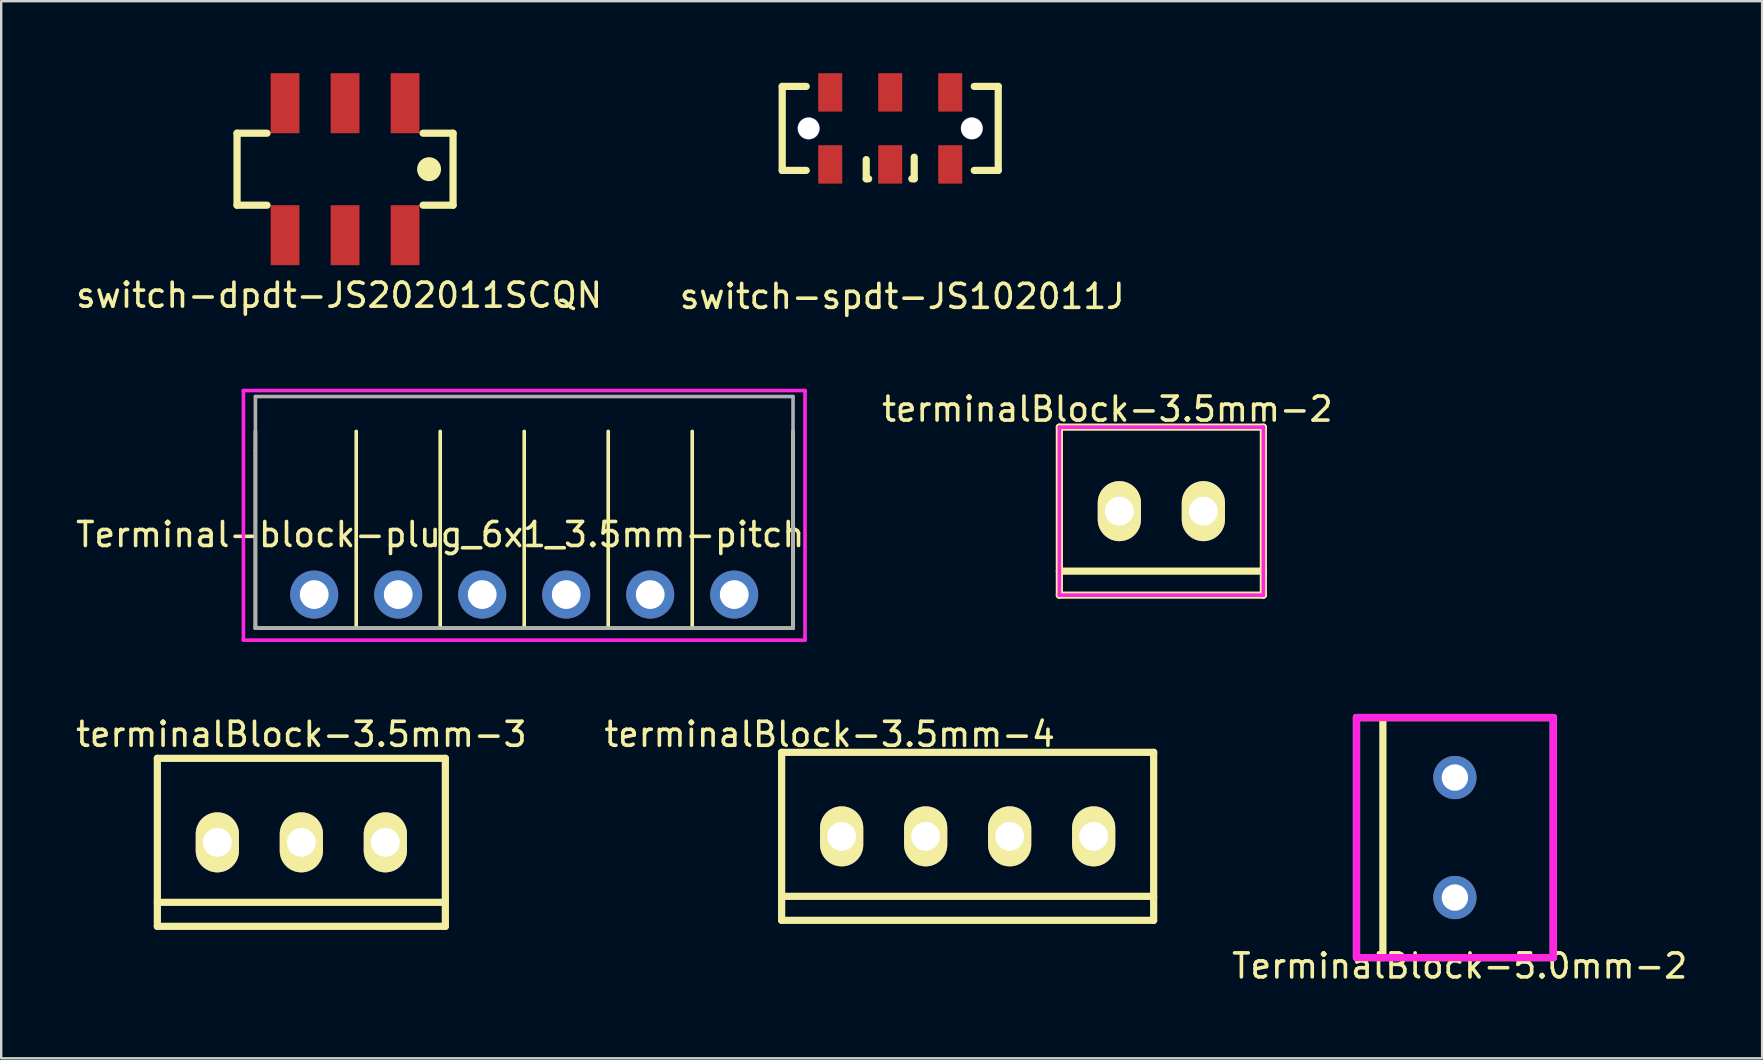
<source format=kicad_pcb>
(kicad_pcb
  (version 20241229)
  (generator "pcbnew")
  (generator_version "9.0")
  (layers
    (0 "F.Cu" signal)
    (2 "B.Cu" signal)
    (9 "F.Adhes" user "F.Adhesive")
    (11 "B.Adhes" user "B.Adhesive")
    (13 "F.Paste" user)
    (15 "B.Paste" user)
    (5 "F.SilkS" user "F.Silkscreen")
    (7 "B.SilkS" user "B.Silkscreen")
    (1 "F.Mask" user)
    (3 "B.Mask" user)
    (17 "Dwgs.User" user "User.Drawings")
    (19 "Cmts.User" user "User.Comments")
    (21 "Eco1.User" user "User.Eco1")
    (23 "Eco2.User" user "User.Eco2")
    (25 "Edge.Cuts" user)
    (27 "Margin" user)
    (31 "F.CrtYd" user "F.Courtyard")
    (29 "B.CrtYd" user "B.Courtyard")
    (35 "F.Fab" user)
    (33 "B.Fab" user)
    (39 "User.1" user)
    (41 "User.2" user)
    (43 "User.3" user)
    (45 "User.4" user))
  (footprint "TerminalBlock-5.0mm-2"
    (layer "F.Cu")
    (at 57.569 31.848)
    (property "Reference" "TerminalBlock-5.0mm-2" (at 0.2 5.35 0) (layer "F.SilkS") (effects (font (size 1 1) (thickness 0.15))))
    (attr through_hole)
    (fp_line (start -4.1 -5) (end -4.1 5) (stroke (width 0.3) (type solid)) (layer "F.SilkS"))
    (fp_line (start -4.1 5) (end 4.1 5) (stroke (width 0.3) (type solid)) (layer "F.SilkS"))
    (fp_line (start -3 -5) (end -3 5) (stroke (width 0.3) (type solid)) (layer "F.SilkS"))
    (fp_line (start 4.1 -5) (end -4.1 -5) (stroke (width 0.3) (type solid)) (layer "F.SilkS"))
    (fp_line (start 4.1 5) (end 4.1 -5) (stroke (width 0.3) (type solid)) (layer "F.SilkS"))
    (fp_line (start -4.1 -5) (end -4.1 5) (stroke (width 0.3) (type solid)) (layer "F.CrtYd"))
    (fp_line (start -4.1 5) (end 4.1 5) (stroke (width 0.3) (type solid)) (layer "F.CrtYd"))
    (fp_line (start 4.1 -5) (end -4.1 -5) (stroke (width 0.3) (type solid)) (layer "F.CrtYd"))
    (fp_line (start 4.1 5) (end 4.1 -5) (stroke (width 0.3) (type solid)) (layer "F.CrtYd"))
    (pad "1" thru_hole circle (at 0 -2.5) (size 1.8 1.8) (drill 1.1) (layers "*.Cu" "*.Mask"))
    (pad "2" thru_hole circle (at 0 2.5) (size 1.8 1.8) (drill 1.1) (layers "*.Cu" "*.Mask")))
  (footprint "terminalBlock-3.5mm-3"
    (layer "F.Cu")
    (at 9.506 32.047)
    (property "Reference" "terminalBlock-3.5mm-3" (at 0 -4.5 0) (layer "F.SilkS") (effects (font (size 1 1) (thickness 0.15))))
    (attr through_hole)
    (fp_line (start -6 -3.5) (end 6 -3.5) (stroke (width 0.3) (type solid)) (layer "F.SilkS"))
    (fp_line (start -6 2.5) (end 6 2.5) (stroke (width 0.3) (type solid)) (layer "F.SilkS"))
    (fp_line (start -6 3.5) (end -6 -3.5) (stroke (width 0.3) (type solid)) (layer "F.SilkS"))
    (fp_line (start 6 -3.5) (end 6 3.5) (stroke (width 0.3) (type solid)) (layer "F.SilkS"))
    (fp_line (start 6 3.5) (end -6 3.5) (stroke (width 0.3) (type solid)) (layer "F.SilkS"))
    (pad "1" thru_hole oval (at -3.5 0) (size 1.8 2.5) (drill 1.2) (layers "*.Cu" "*.Mask" "F.SilkS"))
    (pad "2" thru_hole oval (at 0 0) (size 1.8 2.5) (drill 1.2) (layers "*.Cu" "*.Mask" "F.SilkS"))
    (pad "3" thru_hole oval (at 3.5 0) (size 1.8 2.5) (drill 1.2) (layers "*.Cu" "*.Mask" "F.SilkS")))
  (footprint "terminalBlock-3.5mm-2"
    (layer "F.Cu")
    (at 45.339 18.247)
    (property "Reference" "terminalBlock-3.5mm-2" (at -2.25 -4.25 0) (layer "F.SilkS") (effects (font (size 1 1) (thickness 0.15))))
    (attr through_hole)
    (fp_line (start -4.25 -3.5) (end 4.25 -3.5) (stroke (width 0.3) (type solid)) (layer "F.SilkS"))
    (fp_line (start -4.25 3.5) (end -4.25 -3.5) (stroke (width 0.3) (type solid)) (layer "F.SilkS"))
    (fp_line (start -4.25 3.5) (end 4.25 3.5) (stroke (width 0.3) (type solid)) (layer "F.SilkS"))
    (fp_line (start 4.25 -3.5) (end 4.25 3.5) (stroke (width 0.3) (type solid)) (layer "F.SilkS"))
    (fp_line (start 4.25 2.5) (end -4.25 2.5) (stroke (width 0.3) (type solid)) (layer "F.SilkS"))
    (fp_line (start -4.25 -3.5) (end 4.25 -3.5) (stroke (width 0.15) (type solid)) (layer "F.CrtYd"))
    (fp_line (start -4.25 3.5) (end -4.25 -3.5) (stroke (width 0.15) (type solid)) (layer "F.CrtYd"))
    (fp_line (start 4.25 -3.5) (end 4.25 3.5) (stroke (width 0.15) (type solid)) (layer "F.CrtYd"))
    (fp_line (start 4.25 3.5) (end -4.25 3.5) (stroke (width 0.15) (type solid)) (layer "F.CrtYd"))
    (pad "1" thru_hole oval (at -1.75 0) (size 1.8 2.5) (drill 1.2) (layers "*.Cu" "*.Mask" "F.SilkS"))
    (pad "2" thru_hole oval (at 1.75 0) (size 1.8 2.5) (drill 1.2) (layers "*.Cu" "*.Mask" "F.SilkS")))
  (footprint "terminalBlock-3.5mm-4"
    (layer "F.Cu")
    (at 37.268 31.797)
    (property "Reference" "terminalBlock-3.5mm-4" (at -5.75 -4.25 0) (layer "F.SilkS") (effects (font (size 1 1) (thickness 0.15))))
    (attr through_hole)
    (fp_line (start -7.75 -3.5) (end 7.75 -3.5) (stroke (width 0.3) (type solid)) (layer "F.SilkS"))
    (fp_line (start -7.75 2.5) (end 7.75 2.5) (stroke (width 0.3) (type solid)) (layer "F.SilkS"))
    (fp_line (start -7.75 3.5) (end -7.75 -3.5) (stroke (width 0.3) (type solid)) (layer "F.SilkS"))
    (fp_line (start -7.75 3.5) (end 7.75 3.5) (stroke (width 0.3) (type solid)) (layer "F.SilkS"))
    (fp_line (start 7.75 -3.5) (end 7.75 3.5) (stroke (width 0.3) (type solid)) (layer "F.SilkS"))
    (pad "1" thru_hole oval (at -5.25 0) (size 1.8 2.5) (drill 1.2) (layers "*.Cu" "*.Mask" "F.SilkS"))
    (pad "2" thru_hole oval (at -1.75 0) (size 1.8 2.5) (drill 1.2) (layers "*.Cu" "*.Mask" "F.SilkS"))
    (pad "3" thru_hole oval (at 1.75 0) (size 1.8 2.5) (drill 1.2) (layers "*.Cu" "*.Mask" "F.SilkS"))
    (pad "4" thru_hole oval (at 5.25 0) (size 1.8 2.5) (drill 1.2) (layers "*.Cu" "*.Mask" "F.SilkS")))
  (footprint "Terminal-block-plug_6x1_3.5mm-pitch"
    (layer "F.Cu")
    (at 22.292 21.723)
    (property "Reference" "Terminal-block-plug_6x1_3.5mm-pitch" (at -7 -2.5 0) (layer "F.SilkS") (effects (font (size 1 1) (thickness 0.15))))
    (attr through_hole)
    (fp_line (start -14.7 -6.8) (end -14.7 -6) (stroke (width 0.15) (type solid)) (layer "F.SilkS"))
    (fp_line (start -14.7 -6) (end -14.7 1.3) (stroke (width 0.15) (type solid)) (layer "F.SilkS"))
    (fp_line (start -14.7 1.3) (end -14.7 1.4) (stroke (width 0.15) (type solid)) (layer "F.SilkS"))
    (fp_line (start -14.7 1.4) (end 7.7 1.4) (stroke (width 0.15) (type solid)) (layer "F.SilkS"))
    (fp_line (start -10.5 1.4) (end -10.5 -6.8) (stroke (width 0.15) (type solid)) (layer "F.SilkS"))
    (fp_line (start -7 1.4) (end -7 -6.8) (stroke (width 0.15) (type solid)) (layer "F.SilkS"))
    (fp_line (start -3.5 1.4) (end -3.5 -6.8) (stroke (width 0.15) (type solid)) (layer "F.SilkS"))
    (fp_line (start 0 1.4) (end 0 -6.8) (stroke (width 0.15) (type solid)) (layer "F.SilkS"))
    (fp_line (start 3.5 1.4) (end 3.5 -6.8) (stroke (width 0.15) (type solid)) (layer "F.SilkS"))
    (fp_line (start 7.7 1.4) (end 7.7 -6.8) (stroke (width 0.15) (type solid)) (layer "F.SilkS"))
    (fp_line (start -15.2 -8.5) (end 8.2 -8.5) (stroke (width 0.15) (type solid)) (layer "F.CrtYd"))
    (fp_line (start -15.2 1.9) (end -15.2 -8.5) (stroke (width 0.15) (type solid)) (layer "F.CrtYd"))
    (fp_line (start -15.2 1.9) (end 8.2 1.9) (stroke (width 0.15) (type solid)) (layer "F.CrtYd"))
    (fp_line (start 8.2 -8.5) (end 8.2 1.9) (stroke (width 0.15) (type solid)) (layer "F.CrtYd"))
    (fp_line (start -14.7 -8.25) (end 7.7 -8.25) (stroke (width 0.15) (type solid)) (layer "F.Fab"))
    (fp_line (start -14.7 1.4) (end -14.7 -8.25) (stroke (width 0.15) (type solid)) (layer "F.Fab"))
    (fp_line (start 7.7 -8.25) (end 7.7 1.4) (stroke (width 0.15) (type solid)) (layer "F.Fab"))
    (fp_line (start 7.7 1.4) (end -14.7 1.4) (stroke (width 0.15) (type solid)) (layer "F.Fab"))
    (pad "1" thru_hole circle (at -12.25 0) (size 2 2) (drill 1.2) (layers "*.Cu" "*.Mask"))
    (pad "2" thru_hole circle (at -8.75 0) (size 2 2) (drill 1.2) (layers "*.Cu" "*.Mask"))
    (pad "3" thru_hole circle (at -5.25 0) (size 2 2) (drill 1.2) (layers "*.Cu" "*.Mask"))
    (pad "4" thru_hole circle (at -1.75 0) (size 2 2) (drill 1.2) (layers "*.Cu" "*.Mask"))
    (pad "5" thru_hole circle (at 1.75 0) (size 2 2) (drill 1.2) (layers "*.Cu" "*.Mask"))
    (pad "6" thru_hole circle (at 5.25 0) (size 2 2) (drill 1.2) (layers "*.Cu" "*.Mask")))
  (footprint "switch-dpdt-JS202011SCQN"
    (layer "F.Cu")
    (at 11.327 4)
    (property "Reference" "switch-dpdt-JS202011SCQN" (at -0.25 5.25 0) (layer "F.SilkS") (effects (font (size 1 1) (thickness 0.15))))
    (attr through_hole)
    (fp_line (start -4.5 -1.5) (end -4.5 1.5) (stroke (width 0.3) (type solid)) (layer "F.SilkS"))
    (fp_line (start -4.5 -1.5) (end -3.25 -1.5) (stroke (width 0.3) (type solid)) (layer "F.SilkS"))
    (fp_line (start -4.5 1.5) (end -3.25 1.5) (stroke (width 0.3) (type solid)) (layer "F.SilkS"))
    (fp_line (start 4.5 -1.5) (end 3.25 -1.5) (stroke (width 0.3) (type solid)) (layer "F.SilkS"))
    (fp_line (start 4.5 -1.5) (end 4.5 1.5) (stroke (width 0.3) (type solid)) (layer "F.SilkS"))
    (fp_line (start 4.5 1.5) (end 3.25 1.5) (stroke (width 0.3) (type solid)) (layer "F.SilkS"))
    (fp_circle (center 3.5 0) (end 3.5 0.25) (stroke (width 0.5) (type solid)) (fill no) (layer "F.SilkS"))
    (pad "1" smd rect (at -2.5 2.75) (size 1.2 2.5) (layers "F.Cu" "F.Mask" "F.Paste"))
    (pad "2" smd rect (at 0 2.75) (size 1.2 2.5) (layers "F.Cu" "F.Mask" "F.Paste"))
    (pad "3" smd rect (at 2.5 2.75) (size 1.2 2.5) (layers "F.Cu" "F.Mask" "F.Paste"))
    (pad "4" smd rect (at -2.5 -2.75) (size 1.2 2.5) (layers "F.Cu" "F.Mask" "F.Paste"))
    (pad "5" smd rect (at 0 -2.75) (size 1.2 2.5) (layers "F.Cu" "F.Mask" "F.Paste"))
    (pad "6" smd rect (at 2.5 -2.75) (size 1.2 2.5) (layers "F.Cu" "F.Mask" "F.Paste")))
  (footprint "switch-spdt-JS102011J"
    (layer "F.Cu")
    (at 34.042 2.3)
    (property "Reference" "switch-spdt-JS102011J" (at 0.5 7 0) (layer "F.SilkS") (effects (font (size 1 1) (thickness 0.15))))
    (attr through_hole)
    (fp_line (start -4.5 -1.75) (end -4.5 1.75) (stroke (width 0.3) (type solid)) (layer "F.SilkS"))
    (fp_line (start -4.5 -1.75) (end -3.5 -1.75) (stroke (width 0.3) (type solid)) (layer "F.SilkS"))
    (fp_line (start -4.5 1.75) (end -3.5 1.75) (stroke (width 0.3) (type solid)) (layer "F.SilkS"))
    (fp_line (start -1 1.3) (end -1 2.1) (stroke (width 0.3) (type solid)) (layer "F.SilkS"))
    (fp_line (start -1 2.1) (end -0.9 2.1) (stroke (width 0.3) (type solid)) (layer "F.SilkS"))
    (fp_line (start 1 1.2) (end 1 2.1) (stroke (width 0.3) (type solid)) (layer "F.SilkS"))
    (fp_line (start 1 2.1) (end 0.9 2.1) (stroke (width 0.3) (type solid)) (layer "F.SilkS"))
    (fp_line (start 3.5 1.75) (end 4.5 1.75) (stroke (width 0.3) (type solid)) (layer "F.SilkS"))
    (fp_line (start 4.5 -1.75) (end 3.5 -1.75) (stroke (width 0.3) (type solid)) (layer "F.SilkS"))
    (fp_line (start 4.5 1.75) (end 4.5 -1.75) (stroke (width 0.3) (type solid)) (layer "F.SilkS"))
    (pad "" np_thru_hole circle (at -3.4 0) (size 0.925 0.925) (drill 0.9) (layers "*.Cu" "*.Mask"))
    (pad "" np_thru_hole circle (at 3.4 0) (size 0.925 0.925) (drill 0.9) (layers "*.Cu" "*.Mask"))
    (pad "1" smd rect (at -2.5 -1.5) (size 1 1.6) (layers "F.Cu" "F.Mask" "F.Paste"))
    (pad "1" smd rect (at -2.5 1.5) (size 1 1.6) (layers "F.Cu" "F.Mask" "F.Paste"))
    (pad "2" smd rect (at 0 -1.5) (size 1 1.6) (layers "F.Cu" "F.Mask" "F.Paste"))
    (pad "2" smd rect (at 0 1.5) (size 1 1.6) (layers "F.Cu" "F.Mask" "F.Paste"))
    (pad "3" smd rect (at 2.5 -1.5) (size 1 1.6) (layers "F.Cu" "F.Mask" "F.Paste"))
    (pad "3" smd rect (at 2.5 1.5) (size 1 1.6) (layers "F.Cu" "F.Mask" "F.Paste")))
  (gr_rect
    (start -3 -3)
    (end 70.37 41.047)
    (stroke (width 0.1) (type default))
    (fill no)
    (layer "Edge.Cuts")))
</source>
